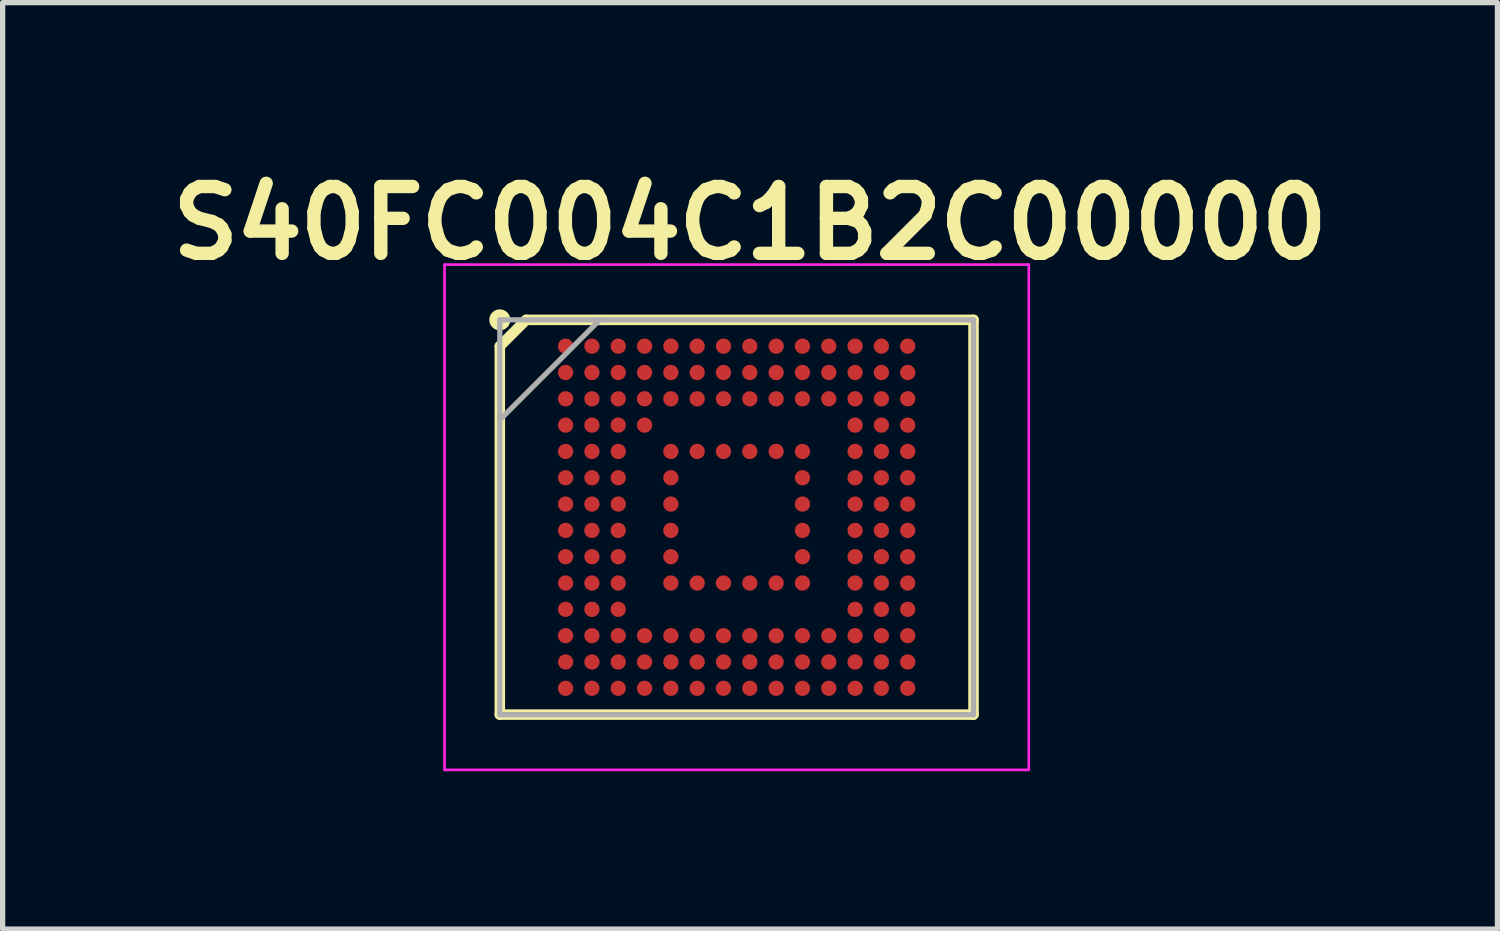
<source format=kicad_pcb>
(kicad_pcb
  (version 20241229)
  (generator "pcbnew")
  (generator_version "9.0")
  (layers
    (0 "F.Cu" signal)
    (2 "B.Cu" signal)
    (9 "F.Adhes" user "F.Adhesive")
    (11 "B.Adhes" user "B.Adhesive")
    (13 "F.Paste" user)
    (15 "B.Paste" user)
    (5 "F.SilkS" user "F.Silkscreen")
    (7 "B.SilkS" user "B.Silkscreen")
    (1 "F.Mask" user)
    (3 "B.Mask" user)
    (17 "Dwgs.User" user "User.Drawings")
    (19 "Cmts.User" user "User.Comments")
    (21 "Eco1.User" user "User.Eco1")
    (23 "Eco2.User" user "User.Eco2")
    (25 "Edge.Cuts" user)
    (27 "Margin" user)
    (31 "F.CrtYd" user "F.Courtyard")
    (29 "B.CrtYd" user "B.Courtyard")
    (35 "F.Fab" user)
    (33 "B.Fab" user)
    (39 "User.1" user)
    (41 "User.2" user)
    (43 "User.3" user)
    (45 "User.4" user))
  (footprint "S40FC004C1B2C00000"
    (layer "F.Cu")
    (at 10.946 6.777)
    (property "Reference" "S40FC004C1B2C00000" (at 0.254 -5.588 0) (layer "F.SilkS") (effects (font (size 1.27 1.27) (thickness 0.254))))
    (attr smd)
    (fp_line (start -4.5 -3.25) (end -4 -3.75) (stroke (width 0.2) (type solid)) (layer "F.SilkS"))
    (fp_line (start -4.5 3.75) (end -4.5 -3.25) (stroke (width 0.2) (type solid)) (layer "F.SilkS"))
    (fp_line (start -4 -3.75) (end 4.5 -3.75) (stroke (width 0.2) (type solid)) (layer "F.SilkS"))
    (fp_line (start 4.5 -3.75) (end 4.5 3.75) (stroke (width 0.2) (type solid)) (layer "F.SilkS"))
    (fp_line (start 4.5 3.75) (end -4.5 3.75) (stroke (width 0.2) (type solid)) (layer "F.SilkS"))
    (fp_circle (center -4.5 -3.75) (end -4.5 -3.65) (stroke (width 0.2) (type solid)) (fill no) (layer "F.SilkS"))
    (fp_line (start -5.55 -4.8) (end 5.55 -4.8) (stroke (width 0.05) (type solid)) (layer "F.CrtYd"))
    (fp_line (start -5.55 4.8) (end -5.55 -4.8) (stroke (width 0.05) (type solid)) (layer "F.CrtYd"))
    (fp_line (start 5.55 -4.8) (end 5.55 4.8) (stroke (width 0.05) (type solid)) (layer "F.CrtYd"))
    (fp_line (start 5.55 4.8) (end -5.55 4.8) (stroke (width 0.05) (type solid)) (layer "F.CrtYd"))
    (fp_line (start -4.5 -3.75) (end 4.5 -3.75) (stroke (width 0.1) (type solid)) (layer "F.Fab"))
    (fp_line (start -4.5 -1.85) (end -2.6 -3.75) (stroke (width 0.1) (type solid)) (layer "F.Fab"))
    (fp_line (start -4.5 3.75) (end -4.5 -3.75) (stroke (width 0.1) (type solid)) (layer "F.Fab"))
    (fp_line (start 4.5 -3.75) (end 4.5 3.75) (stroke (width 0.1) (type solid)) (layer "F.Fab"))
    (fp_line (start 4.5 3.75) (end -4.5 3.75) (stroke (width 0.1) (type solid)) (layer "F.Fab"))
    (pad "A1" smd circle (at -3.25 -3.25 90) (size 0.29 0.29) (layers "F.Cu" "F.Mask" "F.Paste"))
    (pad "A2" smd circle (at -2.75 -3.25 90) (size 0.29 0.29) (layers "F.Cu" "F.Mask" "F.Paste"))
    (pad "A3" smd circle (at -2.25 -3.25 90) (size 0.29 0.29) (layers "F.Cu" "F.Mask" "F.Paste"))
    (pad "A4" smd circle (at -1.75 -3.25 90) (size 0.29 0.29) (layers "F.Cu" "F.Mask" "F.Paste"))
    (pad "A5" smd circle (at -1.25 -3.25 90) (size 0.29 0.29) (layers "F.Cu" "F.Mask" "F.Paste"))
    (pad "A6" smd circle (at -0.75 -3.25 90) (size 0.29 0.29) (layers "F.Cu" "F.Mask" "F.Paste"))
    (pad "A7" smd circle (at -0.25 -3.25 90) (size 0.29 0.29) (layers "F.Cu" "F.Mask" "F.Paste"))
    (pad "A8" smd circle (at 0.25 -3.25 90) (size 0.29 0.29) (layers "F.Cu" "F.Mask" "F.Paste"))
    (pad "A9" smd circle (at 0.75 -3.25 90) (size 0.29 0.29) (layers "F.Cu" "F.Mask" "F.Paste"))
    (pad "A10" smd circle (at 1.25 -3.25 90) (size 0.29 0.29) (layers "F.Cu" "F.Mask" "F.Paste"))
    (pad "A11" smd circle (at 1.75 -3.25 90) (size 0.29 0.29) (layers "F.Cu" "F.Mask" "F.Paste"))
    (pad "A12" smd circle (at 2.25 -3.25 90) (size 0.29 0.29) (layers "F.Cu" "F.Mask" "F.Paste"))
    (pad "A13" smd circle (at 2.75 -3.25 90) (size 0.29 0.29) (layers "F.Cu" "F.Mask" "F.Paste"))
    (pad "A14" smd circle (at 3.25 -3.25 90) (size 0.29 0.29) (layers "F.Cu" "F.Mask" "F.Paste"))
    (pad "B1" smd circle (at -3.25 -2.75 90) (size 0.29 0.29) (layers "F.Cu" "F.Mask" "F.Paste"))
    (pad "B2" smd circle (at -2.75 -2.75 90) (size 0.29 0.29) (layers "F.Cu" "F.Mask" "F.Paste"))
    (pad "B3" smd circle (at -2.25 -2.75 90) (size 0.29 0.29) (layers "F.Cu" "F.Mask" "F.Paste"))
    (pad "B4" smd circle (at -1.75 -2.75 90) (size 0.29 0.29) (layers "F.Cu" "F.Mask" "F.Paste"))
    (pad "B5" smd circle (at -1.25 -2.75 90) (size 0.29 0.29) (layers "F.Cu" "F.Mask" "F.Paste"))
    (pad "B6" smd circle (at -0.75 -2.75 90) (size 0.29 0.29) (layers "F.Cu" "F.Mask" "F.Paste"))
    (pad "B7" smd circle (at -0.25 -2.75 90) (size 0.29 0.29) (layers "F.Cu" "F.Mask" "F.Paste"))
    (pad "B8" smd circle (at 0.25 -2.75 90) (size 0.29 0.29) (layers "F.Cu" "F.Mask" "F.Paste"))
    (pad "B9" smd circle (at 0.75 -2.75 90) (size 0.29 0.29) (layers "F.Cu" "F.Mask" "F.Paste"))
    (pad "B10" smd circle (at 1.25 -2.75 90) (size 0.29 0.29) (layers "F.Cu" "F.Mask" "F.Paste"))
    (pad "B11" smd circle (at 1.75 -2.75 90) (size 0.29 0.29) (layers "F.Cu" "F.Mask" "F.Paste"))
    (pad "B12" smd circle (at 2.25 -2.75 90) (size 0.29 0.29) (layers "F.Cu" "F.Mask" "F.Paste"))
    (pad "B13" smd circle (at 2.75 -2.75 90) (size 0.29 0.29) (layers "F.Cu" "F.Mask" "F.Paste"))
    (pad "B14" smd circle (at 3.25 -2.75 90) (size 0.29 0.29) (layers "F.Cu" "F.Mask" "F.Paste"))
    (pad "C1" smd circle (at -3.25 -2.25 90) (size 0.29 0.29) (layers "F.Cu" "F.Mask" "F.Paste"))
    (pad "C2" smd circle (at -2.75 -2.25 90) (size 0.29 0.29) (layers "F.Cu" "F.Mask" "F.Paste"))
    (pad "C3" smd circle (at -2.25 -2.25 90) (size 0.29 0.29) (layers "F.Cu" "F.Mask" "F.Paste"))
    (pad "C4" smd circle (at -1.75 -2.25 90) (size 0.29 0.29) (layers "F.Cu" "F.Mask" "F.Paste"))
    (pad "C5" smd circle (at -1.25 -2.25 90) (size 0.29 0.29) (layers "F.Cu" "F.Mask" "F.Paste"))
    (pad "C6" smd circle (at -0.75 -2.25 90) (size 0.29 0.29) (layers "F.Cu" "F.Mask" "F.Paste"))
    (pad "C7" smd circle (at -0.25 -2.25 90) (size 0.29 0.29) (layers "F.Cu" "F.Mask" "F.Paste"))
    (pad "C8" smd circle (at 0.25 -2.25 90) (size 0.29 0.29) (layers "F.Cu" "F.Mask" "F.Paste"))
    (pad "C9" smd circle (at 0.75 -2.25 90) (size 0.29 0.29) (layers "F.Cu" "F.Mask" "F.Paste"))
    (pad "C10" smd circle (at 1.25 -2.25 90) (size 0.29 0.29) (layers "F.Cu" "F.Mask" "F.Paste"))
    (pad "C11" smd circle (at 1.75 -2.25 90) (size 0.29 0.29) (layers "F.Cu" "F.Mask" "F.Paste"))
    (pad "C12" smd circle (at 2.25 -2.25 90) (size 0.29 0.29) (layers "F.Cu" "F.Mask" "F.Paste"))
    (pad "C13" smd circle (at 2.75 -2.25 90) (size 0.29 0.29) (layers "F.Cu" "F.Mask" "F.Paste"))
    (pad "C14" smd circle (at 3.25 -2.25 90) (size 0.29 0.29) (layers "F.Cu" "F.Mask" "F.Paste"))
    (pad "D1" smd circle (at -3.25 -1.75 90) (size 0.29 0.29) (layers "F.Cu" "F.Mask" "F.Paste"))
    (pad "D2" smd circle (at -2.75 -1.75 90) (size 0.29 0.29) (layers "F.Cu" "F.Mask" "F.Paste"))
    (pad "D3" smd circle (at -2.25 -1.75 90) (size 0.29 0.29) (layers "F.Cu" "F.Mask" "F.Paste"))
    (pad "D4" smd circle (at -1.75 -1.75 90) (size 0.29 0.29) (layers "F.Cu" "F.Mask" "F.Paste"))
    (pad "D12" smd circle (at 2.25 -1.75 90) (size 0.29 0.29) (layers "F.Cu" "F.Mask" "F.Paste"))
    (pad "D13" smd circle (at 2.75 -1.75 90) (size 0.29 0.29) (layers "F.Cu" "F.Mask" "F.Paste"))
    (pad "D14" smd circle (at 3.25 -1.75 90) (size 0.29 0.29) (layers "F.Cu" "F.Mask" "F.Paste"))
    (pad "E1" smd circle (at -3.25 -1.25 90) (size 0.29 0.29) (layers "F.Cu" "F.Mask" "F.Paste"))
    (pad "E2" smd circle (at -2.75 -1.25 90) (size 0.29 0.29) (layers "F.Cu" "F.Mask" "F.Paste"))
    (pad "E3" smd circle (at -2.25 -1.25 90) (size 0.29 0.29) (layers "F.Cu" "F.Mask" "F.Paste"))
    (pad "E5" smd circle (at -1.25 -1.25 90) (size 0.29 0.29) (layers "F.Cu" "F.Mask" "F.Paste"))
    (pad "E6" smd circle (at -0.75 -1.25 90) (size 0.29 0.29) (layers "F.Cu" "F.Mask" "F.Paste"))
    (pad "E7" smd circle (at -0.25 -1.25 90) (size 0.29 0.29) (layers "F.Cu" "F.Mask" "F.Paste"))
    (pad "E8" smd circle (at 0.25 -1.25 90) (size 0.29 0.29) (layers "F.Cu" "F.Mask" "F.Paste"))
    (pad "E9" smd circle (at 0.75 -1.25 90) (size 0.29 0.29) (layers "F.Cu" "F.Mask" "F.Paste"))
    (pad "E10" smd circle (at 1.25 -1.25 90) (size 0.29 0.29) (layers "F.Cu" "F.Mask" "F.Paste"))
    (pad "E12" smd circle (at 2.25 -1.25 90) (size 0.29 0.29) (layers "F.Cu" "F.Mask" "F.Paste"))
    (pad "E13" smd circle (at 2.75 -1.25 90) (size 0.29 0.29) (layers "F.Cu" "F.Mask" "F.Paste"))
    (pad "E14" smd circle (at 3.25 -1.25 90) (size 0.29 0.29) (layers "F.Cu" "F.Mask" "F.Paste"))
    (pad "F1" smd circle (at -3.25 -0.75 90) (size 0.29 0.29) (layers "F.Cu" "F.Mask" "F.Paste"))
    (pad "F2" smd circle (at -2.75 -0.75 90) (size 0.29 0.29) (layers "F.Cu" "F.Mask" "F.Paste"))
    (pad "F3" smd circle (at -2.25 -0.75 90) (size 0.29 0.29) (layers "F.Cu" "F.Mask" "F.Paste"))
    (pad "F5" smd circle (at -1.25 -0.75 90) (size 0.29 0.29) (layers "F.Cu" "F.Mask" "F.Paste"))
    (pad "F10" smd circle (at 1.25 -0.75 90) (size 0.29 0.29) (layers "F.Cu" "F.Mask" "F.Paste"))
    (pad "F12" smd circle (at 2.25 -0.75 90) (size 0.29 0.29) (layers "F.Cu" "F.Mask" "F.Paste"))
    (pad "F13" smd circle (at 2.75 -0.75 90) (size 0.29 0.29) (layers "F.Cu" "F.Mask" "F.Paste"))
    (pad "F14" smd circle (at 3.25 -0.75 90) (size 0.29 0.29) (layers "F.Cu" "F.Mask" "F.Paste"))
    (pad "G1" smd circle (at -3.25 -0.25 90) (size 0.29 0.29) (layers "F.Cu" "F.Mask" "F.Paste"))
    (pad "G2" smd circle (at -2.75 -0.25 90) (size 0.29 0.29) (layers "F.Cu" "F.Mask" "F.Paste"))
    (pad "G3" smd circle (at -2.25 -0.25 90) (size 0.29 0.29) (layers "F.Cu" "F.Mask" "F.Paste"))
    (pad "G5" smd circle (at -1.25 -0.25 90) (size 0.29 0.29) (layers "F.Cu" "F.Mask" "F.Paste"))
    (pad "G10" smd circle (at 1.25 -0.25 90) (size 0.29 0.29) (layers "F.Cu" "F.Mask" "F.Paste"))
    (pad "G12" smd circle (at 2.25 -0.25 90) (size 0.29 0.29) (layers "F.Cu" "F.Mask" "F.Paste"))
    (pad "G13" smd circle (at 2.75 -0.25 90) (size 0.29 0.29) (layers "F.Cu" "F.Mask" "F.Paste"))
    (pad "G14" smd circle (at 3.25 -0.25 90) (size 0.29 0.29) (layers "F.Cu" "F.Mask" "F.Paste"))
    (pad "H1" smd circle (at -3.25 0.25 90) (size 0.29 0.29) (layers "F.Cu" "F.Mask" "F.Paste"))
    (pad "H2" smd circle (at -2.75 0.25 90) (size 0.29 0.29) (layers "F.Cu" "F.Mask" "F.Paste"))
    (pad "H3" smd circle (at -2.25 0.25 90) (size 0.29 0.29) (layers "F.Cu" "F.Mask" "F.Paste"))
    (pad "H5" smd circle (at -1.25 0.25 90) (size 0.29 0.29) (layers "F.Cu" "F.Mask" "F.Paste"))
    (pad "H10" smd circle (at 1.25 0.25 90) (size 0.29 0.29) (layers "F.Cu" "F.Mask" "F.Paste"))
    (pad "H12" smd circle (at 2.25 0.25 90) (size 0.29 0.29) (layers "F.Cu" "F.Mask" "F.Paste"))
    (pad "H13" smd circle (at 2.75 0.25 90) (size 0.29 0.29) (layers "F.Cu" "F.Mask" "F.Paste"))
    (pad "H14" smd circle (at 3.25 0.25 90) (size 0.29 0.29) (layers "F.Cu" "F.Mask" "F.Paste"))
    (pad "J1" smd circle (at -3.25 0.75 90) (size 0.29 0.29) (layers "F.Cu" "F.Mask" "F.Paste"))
    (pad "J2" smd circle (at -2.75 0.75 90) (size 0.29 0.29) (layers "F.Cu" "F.Mask" "F.Paste"))
    (pad "J3" smd circle (at -2.25 0.75 90) (size 0.29 0.29) (layers "F.Cu" "F.Mask" "F.Paste"))
    (pad "J5" smd circle (at -1.25 0.75 90) (size 0.29 0.29) (layers "F.Cu" "F.Mask" "F.Paste"))
    (pad "J10" smd circle (at 1.25 0.75 90) (size 0.29 0.29) (layers "F.Cu" "F.Mask" "F.Paste"))
    (pad "J12" smd circle (at 2.25 0.75 90) (size 0.29 0.29) (layers "F.Cu" "F.Mask" "F.Paste"))
    (pad "J13" smd circle (at 2.75 0.75 90) (size 0.29 0.29) (layers "F.Cu" "F.Mask" "F.Paste"))
    (pad "J14" smd circle (at 3.25 0.75 90) (size 0.29 0.29) (layers "F.Cu" "F.Mask" "F.Paste"))
    (pad "K1" smd circle (at -3.25 1.25 90) (size 0.29 0.29) (layers "F.Cu" "F.Mask" "F.Paste"))
    (pad "K2" smd circle (at -2.75 1.25 90) (size 0.29 0.29) (layers "F.Cu" "F.Mask" "F.Paste"))
    (pad "K3" smd circle (at -2.25 1.25 90) (size 0.29 0.29) (layers "F.Cu" "F.Mask" "F.Paste"))
    (pad "K5" smd circle (at -1.25 1.25 90) (size 0.29 0.29) (layers "F.Cu" "F.Mask" "F.Paste"))
    (pad "K6" smd circle (at -0.75 1.25 90) (size 0.29 0.29) (layers "F.Cu" "F.Mask" "F.Paste"))
    (pad "K7" smd circle (at -0.25 1.25 90) (size 0.29 0.29) (layers "F.Cu" "F.Mask" "F.Paste"))
    (pad "K8" smd circle (at 0.25 1.25 90) (size 0.29 0.29) (layers "F.Cu" "F.Mask" "F.Paste"))
    (pad "K9" smd circle (at 0.75 1.25 90) (size 0.29 0.29) (layers "F.Cu" "F.Mask" "F.Paste"))
    (pad "K10" smd circle (at 1.25 1.25 90) (size 0.29 0.29) (layers "F.Cu" "F.Mask" "F.Paste"))
    (pad "K12" smd circle (at 2.25 1.25 90) (size 0.29 0.29) (layers "F.Cu" "F.Mask" "F.Paste"))
    (pad "K13" smd circle (at 2.75 1.25 90) (size 0.29 0.29) (layers "F.Cu" "F.Mask" "F.Paste"))
    (pad "K14" smd circle (at 3.25 1.25 90) (size 0.29 0.29) (layers "F.Cu" "F.Mask" "F.Paste"))
    (pad "L1" smd circle (at -3.25 1.75 90) (size 0.29 0.29) (layers "F.Cu" "F.Mask" "F.Paste"))
    (pad "L2" smd circle (at -2.75 1.75 90) (size 0.29 0.29) (layers "F.Cu" "F.Mask" "F.Paste"))
    (pad "L3" smd circle (at -2.25 1.75 90) (size 0.29 0.29) (layers "F.Cu" "F.Mask" "F.Paste"))
    (pad "L12" smd circle (at 2.25 1.75 90) (size 0.29 0.29) (layers "F.Cu" "F.Mask" "F.Paste"))
    (pad "L13" smd circle (at 2.75 1.75 90) (size 0.29 0.29) (layers "F.Cu" "F.Mask" "F.Paste"))
    (pad "L14" smd circle (at 3.25 1.75 90) (size 0.29 0.29) (layers "F.Cu" "F.Mask" "F.Paste"))
    (pad "M1" smd circle (at -3.25 2.25 90) (size 0.29 0.29) (layers "F.Cu" "F.Mask" "F.Paste"))
    (pad "M2" smd circle (at -2.75 2.25 90) (size 0.29 0.29) (layers "F.Cu" "F.Mask" "F.Paste"))
    (pad "M3" smd circle (at -2.25 2.25 90) (size 0.29 0.29) (layers "F.Cu" "F.Mask" "F.Paste"))
    (pad "M4" smd circle (at -1.75 2.25 90) (size 0.29 0.29) (layers "F.Cu" "F.Mask" "F.Paste"))
    (pad "M5" smd circle (at -1.25 2.25 90) (size 0.29 0.29) (layers "F.Cu" "F.Mask" "F.Paste"))
    (pad "M6" smd circle (at -0.75 2.25 90) (size 0.29 0.29) (layers "F.Cu" "F.Mask" "F.Paste"))
    (pad "M7" smd circle (at -0.25 2.25 90) (size 0.29 0.29) (layers "F.Cu" "F.Mask" "F.Paste"))
    (pad "M8" smd circle (at 0.25 2.25 90) (size 0.29 0.29) (layers "F.Cu" "F.Mask" "F.Paste"))
    (pad "M9" smd circle (at 0.75 2.25 90) (size 0.29 0.29) (layers "F.Cu" "F.Mask" "F.Paste"))
    (pad "M10" smd circle (at 1.25 2.25 90) (size 0.29 0.29) (layers "F.Cu" "F.Mask" "F.Paste"))
    (pad "M11" smd circle (at 1.75 2.25 90) (size 0.29 0.29) (layers "F.Cu" "F.Mask" "F.Paste"))
    (pad "M12" smd circle (at 2.25 2.25 90) (size 0.29 0.29) (layers "F.Cu" "F.Mask" "F.Paste"))
    (pad "M13" smd circle (at 2.75 2.25 90) (size 0.29 0.29) (layers "F.Cu" "F.Mask" "F.Paste"))
    (pad "M14" smd circle (at 3.25 2.25 90) (size 0.29 0.29) (layers "F.Cu" "F.Mask" "F.Paste"))
    (pad "N1" smd circle (at -3.25 2.75 90) (size 0.29 0.29) (layers "F.Cu" "F.Mask" "F.Paste"))
    (pad "N2" smd circle (at -2.75 2.75 90) (size 0.29 0.29) (layers "F.Cu" "F.Mask" "F.Paste"))
    (pad "N3" smd circle (at -2.25 2.75 90) (size 0.29 0.29) (layers "F.Cu" "F.Mask" "F.Paste"))
    (pad "N4" smd circle (at -1.75 2.75 90) (size 0.29 0.29) (layers "F.Cu" "F.Mask" "F.Paste"))
    (pad "N5" smd circle (at -1.25 2.75 90) (size 0.29 0.29) (layers "F.Cu" "F.Mask" "F.Paste"))
    (pad "N6" smd circle (at -0.75 2.75 90) (size 0.29 0.29) (layers "F.Cu" "F.Mask" "F.Paste"))
    (pad "N7" smd circle (at -0.25 2.75 90) (size 0.29 0.29) (layers "F.Cu" "F.Mask" "F.Paste"))
    (pad "N8" smd circle (at 0.25 2.75 90) (size 0.29 0.29) (layers "F.Cu" "F.Mask" "F.Paste"))
    (pad "N9" smd circle (at 0.75 2.75 90) (size 0.29 0.29) (layers "F.Cu" "F.Mask" "F.Paste"))
    (pad "N10" smd circle (at 1.25 2.75 90) (size 0.29 0.29) (layers "F.Cu" "F.Mask" "F.Paste"))
    (pad "N11" smd circle (at 1.75 2.75 90) (size 0.29 0.29) (layers "F.Cu" "F.Mask" "F.Paste"))
    (pad "N12" smd circle (at 2.25 2.75 90) (size 0.29 0.29) (layers "F.Cu" "F.Mask" "F.Paste"))
    (pad "N13" smd circle (at 2.75 2.75 90) (size 0.29 0.29) (layers "F.Cu" "F.Mask" "F.Paste"))
    (pad "N14" smd circle (at 3.25 2.75 90) (size 0.29 0.29) (layers "F.Cu" "F.Mask" "F.Paste"))
    (pad "P1" smd circle (at -3.25 3.25 90) (size 0.29 0.29) (layers "F.Cu" "F.Mask" "F.Paste"))
    (pad "P2" smd circle (at -2.75 3.25 90) (size 0.29 0.29) (layers "F.Cu" "F.Mask" "F.Paste"))
    (pad "P3" smd circle (at -2.25 3.25 90) (size 0.29 0.29) (layers "F.Cu" "F.Mask" "F.Paste"))
    (pad "P4" smd circle (at -1.75 3.25 90) (size 0.29 0.29) (layers "F.Cu" "F.Mask" "F.Paste"))
    (pad "P5" smd circle (at -1.25 3.25 90) (size 0.29 0.29) (layers "F.Cu" "F.Mask" "F.Paste"))
    (pad "P6" smd circle (at -0.75 3.25 90) (size 0.29 0.29) (layers "F.Cu" "F.Mask" "F.Paste"))
    (pad "P7" smd circle (at -0.25 3.25 90) (size 0.29 0.29) (layers "F.Cu" "F.Mask" "F.Paste"))
    (pad "P8" smd circle (at 0.25 3.25 90) (size 0.29 0.29) (layers "F.Cu" "F.Mask" "F.Paste"))
    (pad "P9" smd circle (at 0.75 3.25 90) (size 0.29 0.29) (layers "F.Cu" "F.Mask" "F.Paste"))
    (pad "P10" smd circle (at 1.25 3.25 90) (size 0.29 0.29) (layers "F.Cu" "F.Mask" "F.Paste"))
    (pad "P11" smd circle (at 1.75 3.25 90) (size 0.29 0.29) (layers "F.Cu" "F.Mask" "F.Paste"))
    (pad "P12" smd circle (at 2.25 3.25 90) (size 0.29 0.29) (layers "F.Cu" "F.Mask" "F.Paste"))
    (pad "P13" smd circle (at 2.75 3.25 90) (size 0.29 0.29) (layers "F.Cu" "F.Mask" "F.Paste"))
    (pad "P14" smd circle (at 3.25 3.25 90) (size 0.29 0.29) (layers "F.Cu" "F.Mask" "F.Paste")))
  (gr_rect
    (start -3 -3)
    (end 25.4 14.602)
    (stroke (width 0.1) (type default))
    (fill no)
    (layer "Edge.Cuts")))
</source>
